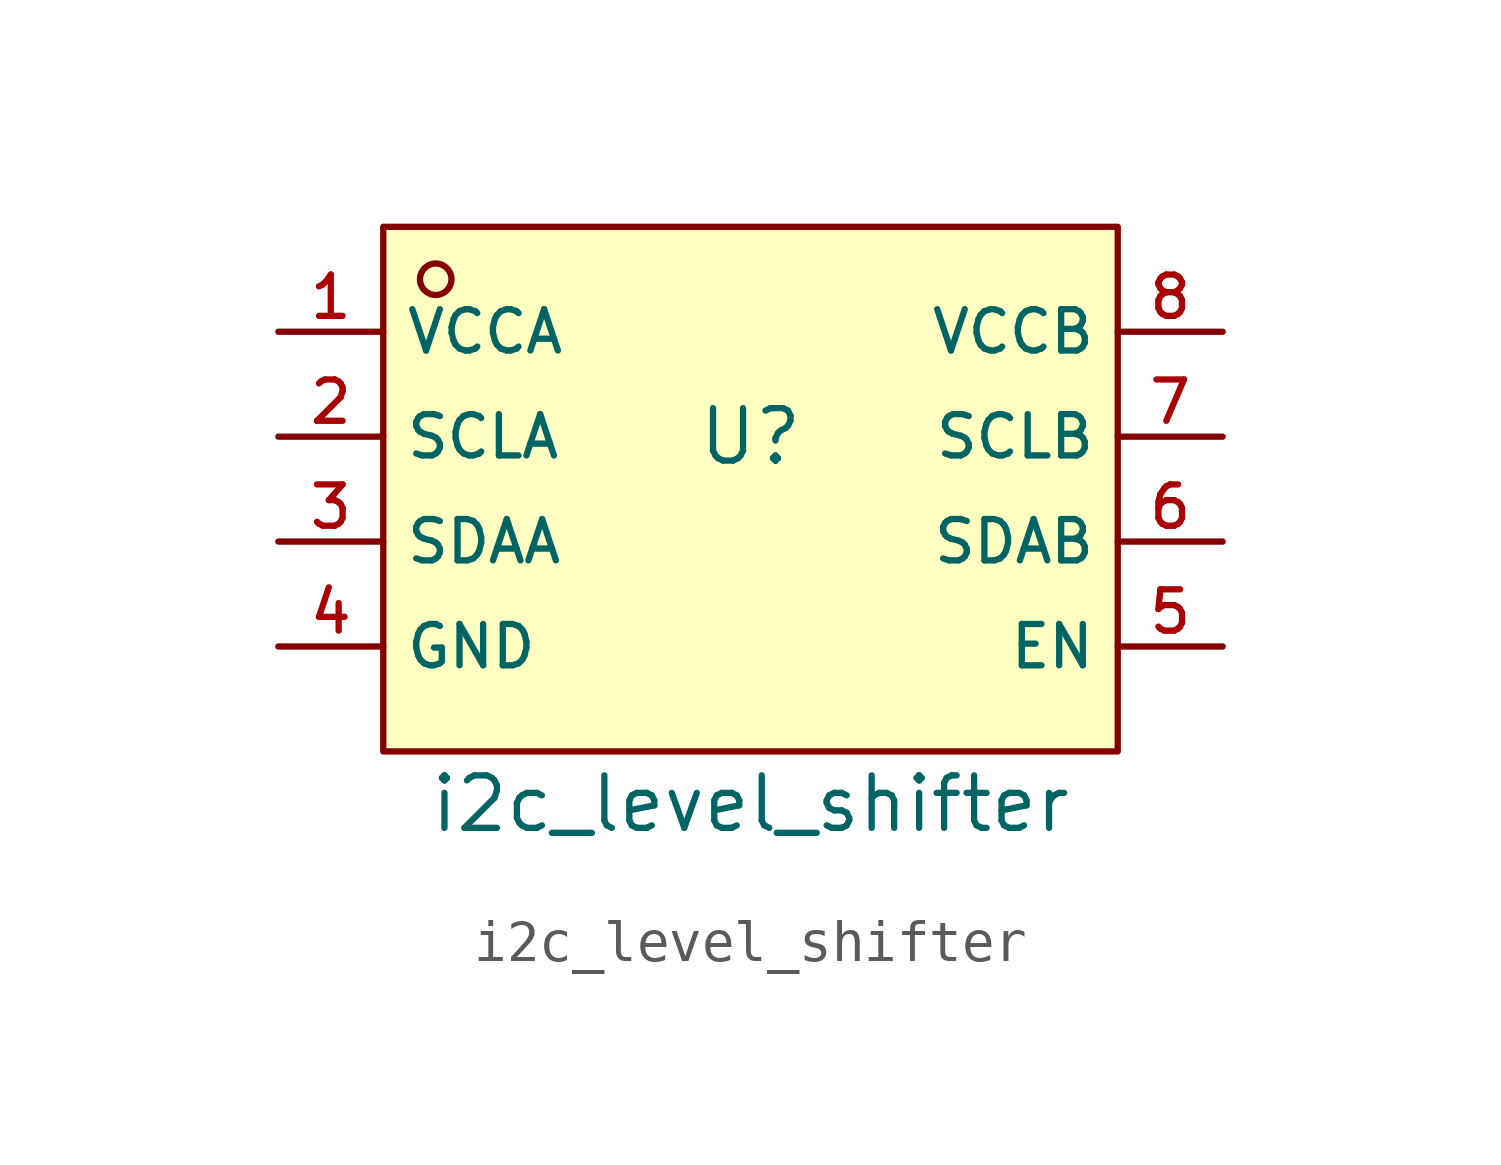
<source format=kicad_sym>
(kicad_symbol_lib
  (version 20220914)
  (generator kicad_symbol_editor)
  (symbol "i2c_level_shifter"
    (property "Reference" "U"
      (at 0 1.27 0)
      (effects (font (size 1.27 1.27))))
    (property "Value" "i2c_level_shifter"
      (at 0 -7.62 0)
      (effects (font (size 1.27 1.27))))
    (symbol "i2c_level_shifter_0_1"
      (rectangle (start -8.89 6.35) (end 8.89 -6.35) (stroke (width 0) (type default)) (fill (type background)))
      (circle (center -7.62 5.08) (radius 0.381) (stroke (width 0) (type default)) (fill (type background)))
      (pin unspecified line (at -11.43 3.81 0) (length 2.54) (name "VCCA" (effects (font (size 1 1)))) (number "1" (effects (font (size 1 1)))))
      (pin unspecified line (at -11.43 1.27 0) (length 2.54) (name "SCLA" (effects (font (size 1 1)))) (number "2" (effects (font (size 1 1)))))
      (pin unspecified line (at -11.43 -1.27 0) (length 2.54) (name "SDAA" (effects (font (size 1 1)))) (number "3" (effects (font (size 1 1)))))
      (pin unspecified line (at -11.43 -3.81 0) (length 2.54) (name "GND" (effects (font (size 1 1)))) (number "4" (effects (font (size 1 1)))))
      (pin unspecified line (at 11.43 -3.81 180) (length 2.54) (name "EN" (effects (font (size 1 1)))) (number "5" (effects (font (size 1 1)))))
      (pin unspecified line (at 11.43 -1.27 180) (length 2.54) (name "SDAB" (effects (font (size 1 1)))) (number "6" (effects (font (size 1 1)))))
      (pin unspecified line (at 11.43 1.27 180) (length 2.54) (name "SCLB" (effects (font (size 1 1)))) (number "7" (effects (font (size 1 1)))))
      (pin unspecified line (at 11.43 3.81 180) (length 2.54) (name "VCCB" (effects (font (size 1 1)))) (number "8" (effects (font (size 1 1))))))))
</source>
